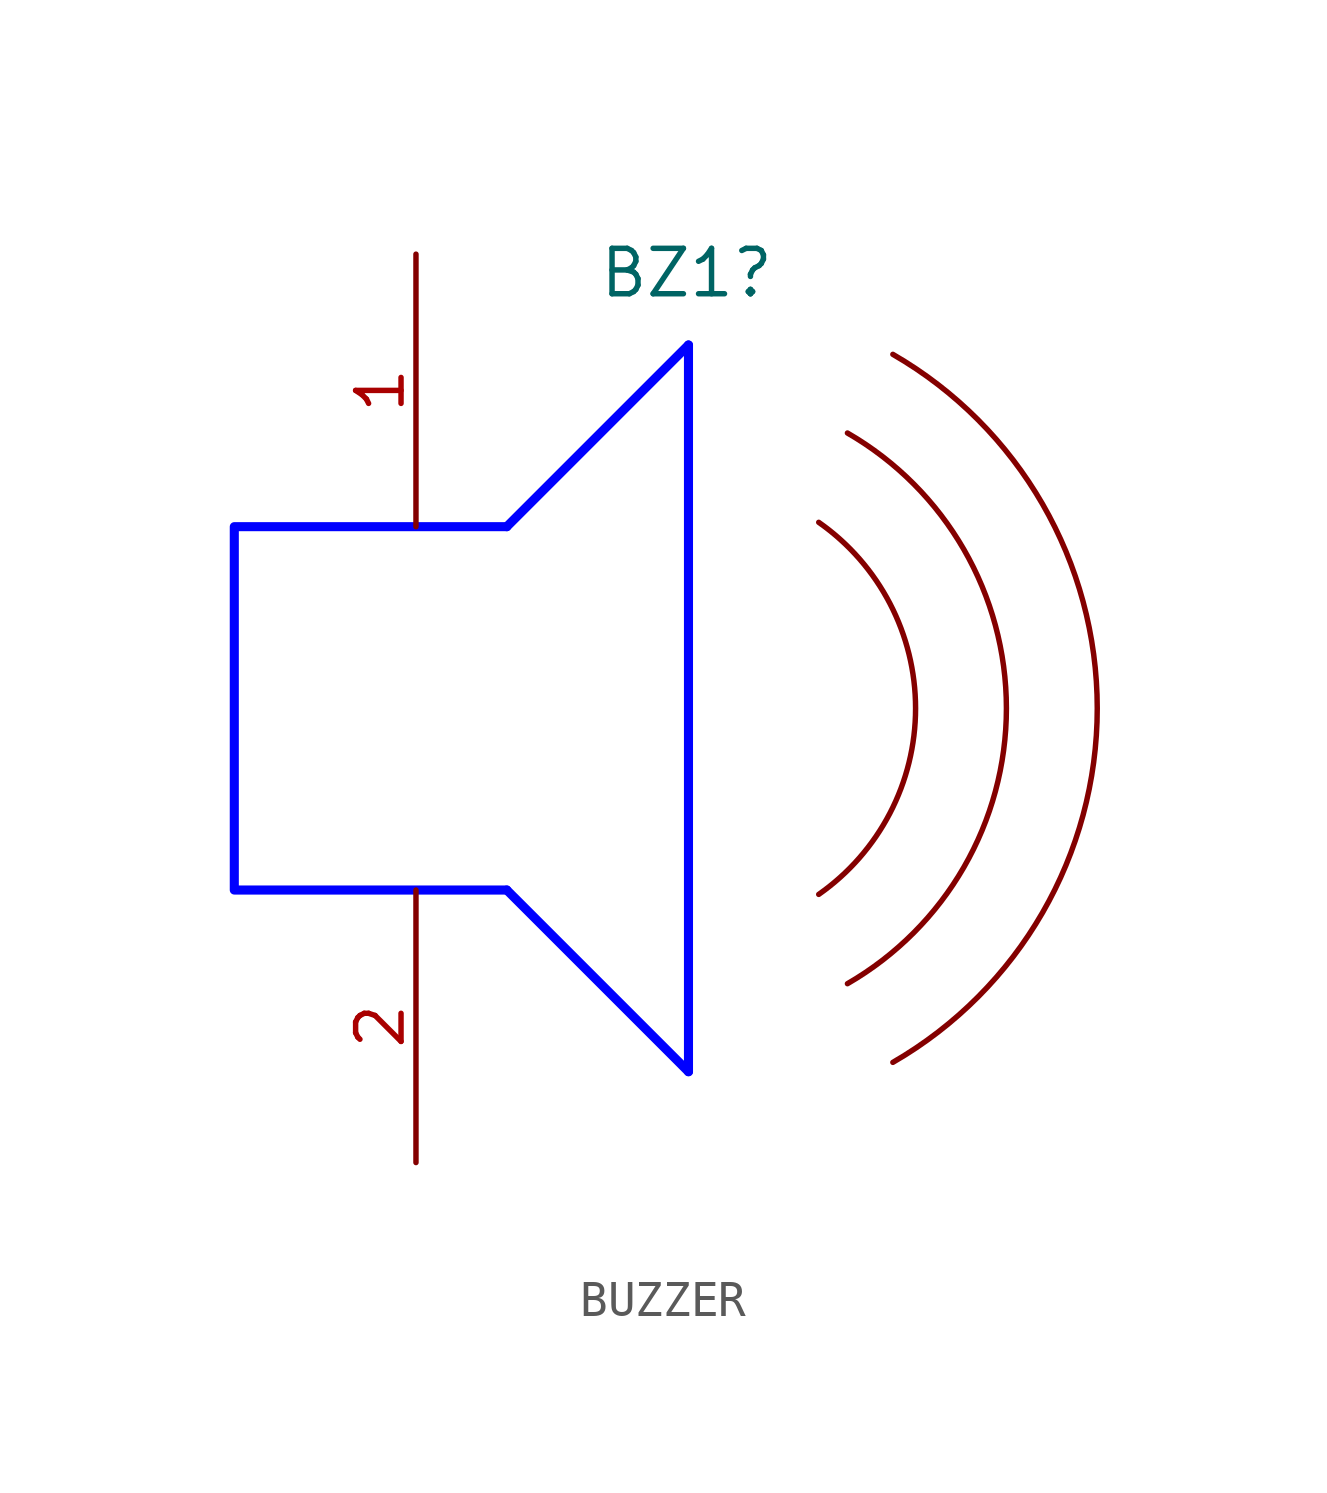
<source format=kicad_sym>
(kicad_symbol_lib
  (version 20220914)
  (generator kicad_symbol_editor)
  (symbol "BUZZER"
    (property "Reference" "BZ1"
      (at 5.08 11.43 0)
      (effects (font (size 1.27 1.27)) (justify left bottom)))
    (symbol "BUZZER_1_0"
      (polyline (pts (xy 7.62 10.16) (xy 7.62 -10.16)) (stroke (width 0.254) (type solid) (color 0 0 255 1)) (fill (type none)))
      (polyline (pts (xy 2.54 -5.08) (xy 7.62 -10.16) (xy 7.62 -10.16)) (stroke (width 0.254) (type solid) (color 0 0 255 1)) (fill (type none)))
      (polyline (pts (xy 2.54 5.08) (xy 7.62 10.16) (xy 7.62 10.16)) (stroke (width 0.254) (type solid) (color 0 0 255 1)) (fill (type none)))
      (polyline (pts (xy 2.54 5.08) (xy -5.08 5.08) (xy -5.08 -5.08) (xy 2.54 -5.08)) (stroke (width 0.254) (type solid) (color 0 0 255 1)) (fill (type none)))
      (arc (start 11.2622 -5.2016) (mid 13.97 0) (end 11.2622 5.2016) (stroke (width 0) (type solid)) (fill (type none)))
      (arc (start 12.065 -7.699) (mid 16.51 0) (end 12.065 7.699) (stroke (width 0) (type solid)) (fill (type none)))
      (arc (start 13.335 -9.8987) (mid 19.05 0) (end 13.335 9.8987) (stroke (width 0) (type solid)) (fill (type none)))
      (pin passive line (at 0 12.7 270) (length 7.62) (name "1" (effects (font (size 0 0)))) (number "1" (effects (font (size 1.27 1.27)))))
      (pin passive line (at 0 -12.7 90) (length 7.62) (name "2" (effects (font (size 0 0)))) (number "2" (effects (font (size 1.27 1.27))))))))
</source>
